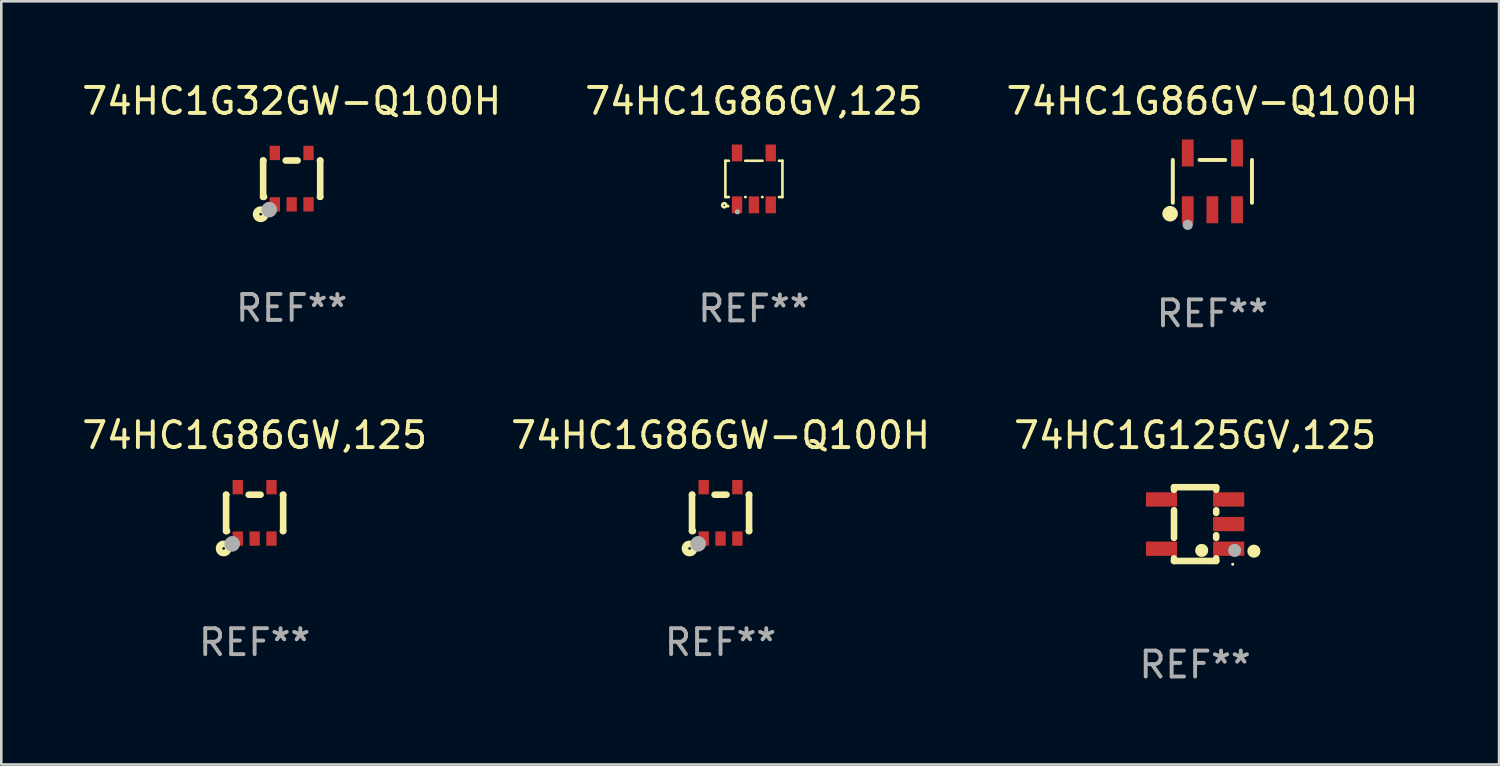
<source format=kicad_pcb>
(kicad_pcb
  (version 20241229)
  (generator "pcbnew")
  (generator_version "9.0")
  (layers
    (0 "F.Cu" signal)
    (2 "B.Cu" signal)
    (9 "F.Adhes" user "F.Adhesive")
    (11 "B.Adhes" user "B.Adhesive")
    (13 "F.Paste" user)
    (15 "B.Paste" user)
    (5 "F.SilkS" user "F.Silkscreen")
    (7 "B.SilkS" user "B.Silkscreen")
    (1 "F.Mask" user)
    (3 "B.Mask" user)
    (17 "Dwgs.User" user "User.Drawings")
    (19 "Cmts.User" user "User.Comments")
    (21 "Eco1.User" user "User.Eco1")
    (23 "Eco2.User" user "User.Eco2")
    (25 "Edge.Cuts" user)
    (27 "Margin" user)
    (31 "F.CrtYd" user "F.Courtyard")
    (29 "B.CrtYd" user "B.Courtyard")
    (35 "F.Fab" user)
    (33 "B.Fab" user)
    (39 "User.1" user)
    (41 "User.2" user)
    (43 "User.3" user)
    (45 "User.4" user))
  (footprint "74HC1G86GW,125"
    (layer "F.Cu")
    (at 6.768 16.725)
    (property "Reference" "74HC1G86GW,125" (at 0 -2.991 0) (layer "F.SilkS") (effects (font (size 1 1) (thickness 0.15))))
    (attr through_hole)
    (fp_line (start -1.1 -0.7) (end -1.1 0.7) (stroke (width 0.254) (type solid)) (layer "F.SilkS"))
    (fp_line (start -1.1 -0.7) (end -1.09 -0.7) (stroke (width 0.254) (type solid)) (layer "F.SilkS"))
    (fp_line (start -1.1 0.7) (end -1.065 0.7) (stroke (width 0.254) (type solid)) (layer "F.SilkS"))
    (fp_line (start -0.23 -0.7) (end 0.23 -0.7) (stroke (width 0.254) (type solid)) (layer "F.SilkS"))
    (fp_line (start 1.09 -0.7) (end 1.1 -0.7) (stroke (width 0.254) (type solid)) (layer "F.SilkS"))
    (fp_line (start 1.09 0.7) (end 1.1 0.7) (stroke (width 0.254) (type solid)) (layer "F.SilkS"))
    (fp_line (start 1.1 -0.7) (end 1.1 0.7) (stroke (width 0.254) (type solid)) (layer "F.SilkS"))
    (fp_circle (center -1.194 1.372) (end -1.143 1.372) (stroke (width 0.254) (type solid)) (fill no) (layer "F.SilkS"))
    (fp_circle (center -1.05 1.063) (end -1.02 1.063) (stroke (width 0.06) (type solid)) (fill no) (layer "F.SilkS"))
    (fp_circle (center -0.864 1.194) (end -0.713 1.194) (stroke (width 0.3) (type solid)) (fill no) (layer "F.Fab"))
    (fp_text user "REF**" (at 0 4.991 0) (layer "F.Fab") (effects (font (size 1 1) (thickness 0.15))))
    (pad "1" smd rect (at -0.65 0.991 180) (size 0.399 0.551) (layers "F.Cu" "F.Mask" "F.Paste"))
    (pad "2" smd rect (at 0 0.991 180) (size 0.399 0.551) (layers "F.Cu" "F.Mask" "F.Paste"))
    (pad "3" smd rect (at 0.65 0.991 180) (size 0.399 0.551) (layers "F.Cu" "F.Mask" "F.Paste"))
    (pad "4" smd rect (at 0.65 -0.991 180) (size 0.399 0.551) (layers "F.Cu" "F.Mask" "F.Paste"))
    (pad "5" smd rect (at -0.65 -0.991 180) (size 0.399 0.551) (layers "F.Cu" "F.Mask" "F.Paste")))
  (footprint "74HC1G86GV,125"
    (layer "F.Cu")
    (at 26.018 3.848)
    (property "Reference" "74HC1G86GV,125" (at 0 -3 0) (layer "F.SilkS") (effects (font (size 1 1) (thickness 0.15))))
    (attr through_hole)
    (fp_line (start -1.1 -0.7) (end -1.1 0.7) (stroke (width 0.101) (type solid)) (layer "F.SilkS"))
    (fp_line (start -1.1 -0.7) (end -0.967 -0.7) (stroke (width 0.101) (type solid)) (layer "F.SilkS"))
    (fp_line (start -1.1 0.7) (end -0.967 0.7) (stroke (width 0.101) (type solid)) (layer "F.SilkS"))
    (fp_line (start -0.333 0.7) (end -0.317 0.7) (stroke (width 0.101) (type solid)) (layer "F.SilkS"))
    (fp_line (start -0.333 -0.7) (end 0.333 -0.7) (stroke (width 0.101) (type solid)) (layer "F.SilkS"))
    (fp_line (start 0.317 0.7) (end 0.333 0.7) (stroke (width 0.101) (type solid)) (layer "F.SilkS"))
    (fp_line (start 0.967 0.7) (end 1.1 0.7) (stroke (width 0.101) (type solid)) (layer "F.SilkS"))
    (fp_line (start 0.967 -0.7) (end 1.1 -0.7) (stroke (width 0.101) (type solid)) (layer "F.SilkS"))
    (fp_line (start 1.1 -0.7) (end 1.1 0.7) (stroke (width 0.101) (type solid)) (layer "F.SilkS"))
    (fp_circle (center -1.143 1.016) (end -1.063 1.016) (stroke (width 0.1) (type solid)) (fill no) (layer "F.SilkS"))
    (fp_circle (center -1 1.05) (end -0.97 1.05) (stroke (width 0.06) (type solid)) (fill no) (layer "F.SilkS"))
    (fp_circle (center -0.635 1.27) (end -0.585 1.27) (stroke (width 0.1) (type solid)) (fill no) (layer "F.Fab"))
    (fp_text user "REF**" (at 0 5 0) (layer "F.Fab") (effects (font (size 1 1) (thickness 0.15))))
    (pad "1" smd rect (at -0.65 1) (size 0.4 0.65) (layers "F.Cu" "F.Mask" "F.Paste"))
    (pad "2" smd rect (at 0 1) (size 0.4 0.65) (layers "F.Cu" "F.Mask" "F.Paste"))
    (pad "3" smd rect (at 0.65 1) (size 0.4 0.65) (layers "F.Cu" "F.Mask" "F.Paste"))
    (pad "4" smd rect (at 0.65 -1) (size 0.4 0.65) (layers "F.Cu" "F.Mask" "F.Paste"))
    (pad "5" smd rect (at -0.65 -1) (size 0.4 0.65) (layers "F.Cu" "F.Mask" "F.Paste")))
  (footprint "74HC1G86GW-Q100H"
    (layer "F.Cu")
    (at 24.732 16.725)
    (property "Reference" "74HC1G86GW-Q100H" (at 0 -2.991 0) (layer "F.SilkS") (effects (font (size 1 1) (thickness 0.15))))
    (attr through_hole)
    (fp_line (start -1.1 -0.7) (end -1.1 0.7) (stroke (width 0.254) (type solid)) (layer "F.SilkS"))
    (fp_line (start -1.1 -0.7) (end -1.09 -0.7) (stroke (width 0.254) (type solid)) (layer "F.SilkS"))
    (fp_line (start -1.1 0.7) (end -1.065 0.7) (stroke (width 0.254) (type solid)) (layer "F.SilkS"))
    (fp_line (start -0.23 -0.7) (end 0.23 -0.7) (stroke (width 0.254) (type solid)) (layer "F.SilkS"))
    (fp_line (start 1.09 -0.7) (end 1.1 -0.7) (stroke (width 0.254) (type solid)) (layer "F.SilkS"))
    (fp_line (start 1.09 0.7) (end 1.1 0.7) (stroke (width 0.254) (type solid)) (layer "F.SilkS"))
    (fp_line (start 1.1 -0.7) (end 1.1 0.7) (stroke (width 0.254) (type solid)) (layer "F.SilkS"))
    (fp_circle (center -1.194 1.372) (end -1.143 1.372) (stroke (width 0.254) (type solid)) (fill no) (layer "F.SilkS"))
    (fp_circle (center -1.05 1.063) (end -1.02 1.063) (stroke (width 0.06) (type solid)) (fill no) (layer "F.SilkS"))
    (fp_circle (center -0.864 1.194) (end -0.713 1.194) (stroke (width 0.3) (type solid)) (fill no) (layer "F.Fab"))
    (fp_text user "REF**" (at 0 4.991 0) (layer "F.Fab") (effects (font (size 1 1) (thickness 0.15))))
    (pad "1" smd rect (at -0.65 0.991 180) (size 0.399 0.551) (layers "F.Cu" "F.Mask" "F.Paste"))
    (pad "2" smd rect (at 0 0.991 180) (size 0.399 0.551) (layers "F.Cu" "F.Mask" "F.Paste"))
    (pad "3" smd rect (at 0.65 0.991 180) (size 0.399 0.551) (layers "F.Cu" "F.Mask" "F.Paste"))
    (pad "4" smd rect (at 0.65 -0.991 180) (size 0.399 0.551) (layers "F.Cu" "F.Mask" "F.Paste"))
    (pad "5" smd rect (at -0.65 -0.991 180) (size 0.399 0.551) (layers "F.Cu" "F.Mask" "F.Paste")))
  (footprint "74HC1G32GW-Q100H"
    (layer "F.Cu")
    (at 8.196 3.839)
    (property "Reference" "74HC1G32GW-Q100H" (at 0 -2.991 0) (layer "F.SilkS") (effects (font (size 1 1) (thickness 0.15))))
    (attr through_hole)
    (fp_line (start -1.1 -0.7) (end -1.1 0.7) (stroke (width 0.254) (type solid)) (layer "F.SilkS"))
    (fp_line (start -1.1 -0.7) (end -1.09 -0.7) (stroke (width 0.254) (type solid)) (layer "F.SilkS"))
    (fp_line (start -1.1 0.7) (end -1.065 0.7) (stroke (width 0.254) (type solid)) (layer "F.SilkS"))
    (fp_line (start -0.23 -0.7) (end 0.23 -0.7) (stroke (width 0.254) (type solid)) (layer "F.SilkS"))
    (fp_line (start 1.09 -0.7) (end 1.1 -0.7) (stroke (width 0.254) (type solid)) (layer "F.SilkS"))
    (fp_line (start 1.09 0.7) (end 1.1 0.7) (stroke (width 0.254) (type solid)) (layer "F.SilkS"))
    (fp_line (start 1.1 -0.7) (end 1.1 0.7) (stroke (width 0.254) (type solid)) (layer "F.SilkS"))
    (fp_circle (center -1.194 1.372) (end -1.143 1.372) (stroke (width 0.254) (type solid)) (fill no) (layer "F.SilkS"))
    (fp_circle (center -1.05 1.063) (end -1.02 1.063) (stroke (width 0.06) (type solid)) (fill no) (layer "F.SilkS"))
    (fp_circle (center -0.864 1.194) (end -0.713 1.194) (stroke (width 0.3) (type solid)) (fill no) (layer "F.Fab"))
    (fp_text user "REF**" (at 0 4.991 0) (layer "F.Fab") (effects (font (size 1 1) (thickness 0.15))))
    (pad "1" smd rect (at -0.65 0.991 180) (size 0.399 0.551) (layers "F.Cu" "F.Mask" "F.Paste"))
    (pad "2" smd rect (at 0 0.991 180) (size 0.399 0.551) (layers "F.Cu" "F.Mask" "F.Paste"))
    (pad "3" smd rect (at 0.65 0.991 180) (size 0.399 0.551) (layers "F.Cu" "F.Mask" "F.Paste"))
    (pad "4" smd rect (at 0.65 -0.991 180) (size 0.399 0.551) (layers "F.Cu" "F.Mask" "F.Paste"))
    (pad "5" smd rect (at -0.65 -0.991 180) (size 0.399 0.551) (layers "F.Cu" "F.Mask" "F.Paste")))
  (footprint "74HC1G125GV,125"
    (layer "F.Cu")
    (at 43.03 17.157)
    (property "Reference" "74HC1G125GV,125" (at 0 -3.422 0) (layer "F.SilkS") (effects (font (size 1 1) (thickness 0.15))))
    (attr through_hole)
    (fp_line (start -0.813 -1.422) (end 0.813 -1.422) (stroke (width 0.254) (type solid)) (layer "F.SilkS"))
    (fp_line (start -0.813 -1.321) (end -0.813 -1.422) (stroke (width 0.254) (type solid)) (layer "F.SilkS"))
    (fp_line (start -0.813 0.533) (end -0.813 -0.533) (stroke (width 0.254) (type solid)) (layer "F.SilkS"))
    (fp_line (start -0.813 1.422) (end -0.813 1.321) (stroke (width 0.254) (type solid)) (layer "F.SilkS"))
    (fp_line (start 0.813 -1.422) (end 0.813 -1.321) (stroke (width 0.254) (type solid)) (layer "F.SilkS"))
    (fp_line (start 0.813 -0.533) (end 0.813 -0.432) (stroke (width 0.254) (type solid)) (layer "F.SilkS"))
    (fp_line (start 0.813 0.432) (end 0.813 0.533) (stroke (width 0.254) (type solid)) (layer "F.SilkS"))
    (fp_line (start 0.813 1.321) (end 0.813 1.422) (stroke (width 0.254) (type solid)) (layer "F.SilkS"))
    (fp_line (start 0.813 1.422) (end -0.813 1.422) (stroke (width 0.254) (type solid)) (layer "F.SilkS"))
    (fp_circle (center 0.254 1.016) (end 0.381 1.016) (stroke (width 0.254) (type solid)) (fill no) (layer "F.SilkS"))
    (fp_circle (center 1.45 1.55) (end 1.48 1.55) (stroke (width 0.06) (type solid)) (fill no) (layer "F.SilkS"))
    (fp_circle (center 2.267 1.044) (end 2.394 1.044) (stroke (width 0.254) (type solid)) (fill no) (layer "F.SilkS"))
    (fp_circle (center 1.524 1.016) (end 1.651 1.016) (stroke (width 0.254) (type solid)) (fill no) (layer "F.Fab"))
    (fp_text user "REF**" (at 0 5.422 0) (layer "F.Fab") (effects (font (size 1 1) (thickness 0.15))))
    (pad "1" smd rect (at 1.295 0.95 90) (size 0.551 1.199) (layers "F.Cu" "F.Mask" "F.Paste"))
    (pad "2" smd rect (at 1.295 0 90) (size 0.551 1.199) (layers "F.Cu" "F.Mask" "F.Paste"))
    (pad "3" smd rect (at 1.295 -0.95 90) (size 0.551 1.199) (layers "F.Cu" "F.Mask" "F.Paste"))
    (pad "4" smd rect (at -1.295 -0.95 90) (size 0.551 1.199) (layers "F.Cu" "F.Mask" "F.Paste"))
    (pad "5" smd rect (at -1.295 0.95 90) (size 0.551 1.199) (layers "F.Cu" "F.Mask" "F.Paste")))
  (footprint "74HC1G86GV-Q100H"
    (layer "F.Cu")
    (at 43.696 3.943)
    (property "Reference" "74HC1G86GV-Q100H" (at 0 -3.095 0) (layer "F.SilkS") (effects (font (size 1 1) (thickness 0.15))))
    (attr through_hole)
    (fp_line (start -1.526 0.826) (end -1.526 -0.826) (stroke (width 0.152) (type solid)) (layer "F.SilkS"))
    (fp_line (start 0.494 -0.826) (end -0.494 -0.826) (stroke (width 0.152) (type solid)) (layer "F.SilkS"))
    (fp_line (start 1.526 0.826) (end 1.526 -0.826) (stroke (width 0.152) (type solid)) (layer "F.SilkS"))
    (fp_circle (center -1.63 1.247) (end -1.48 1.247) (stroke (width 0.3) (type solid)) (fill no) (layer "F.SilkS"))
    (fp_circle (center -1.45 1.375) (end -1.42 1.375) (stroke (width 0.06) (type solid)) (fill no) (layer "F.SilkS"))
    (fp_circle (center -0.95 1.675) (end -0.85 1.675) (stroke (width 0.2) (type solid)) (fill no) (layer "F.Fab"))
    (fp_text user "REF**" (at 0 5.095 0) (layer "F.Fab") (effects (font (size 1 1) (thickness 0.15))))
    (pad "1" smd rect (at -0.95 1.095) (size 0.455 1.04) (layers "F.Cu" "F.Mask" "F.Paste"))
    (pad "2" smd rect (at 0 1.095) (size 0.455 1.04) (layers "F.Cu" "F.Mask" "F.Paste"))
    (pad "3" smd rect (at 0.95 1.095) (size 0.455 1.04) (layers "F.Cu" "F.Mask" "F.Paste"))
    (pad "4" smd rect (at 0.95 -1.095) (size 0.455 1.04) (layers "F.Cu" "F.Mask" "F.Paste"))
    (pad "5" smd rect (at -0.95 -1.095) (size 0.455 1.04) (layers "F.Cu" "F.Mask" "F.Paste")))
  (gr_rect
    (start -3 -3)
    (end 54.75 26.428)
    (stroke (width 0.1) (type default))
    (fill no)
    (layer "Edge.Cuts")))
</source>
